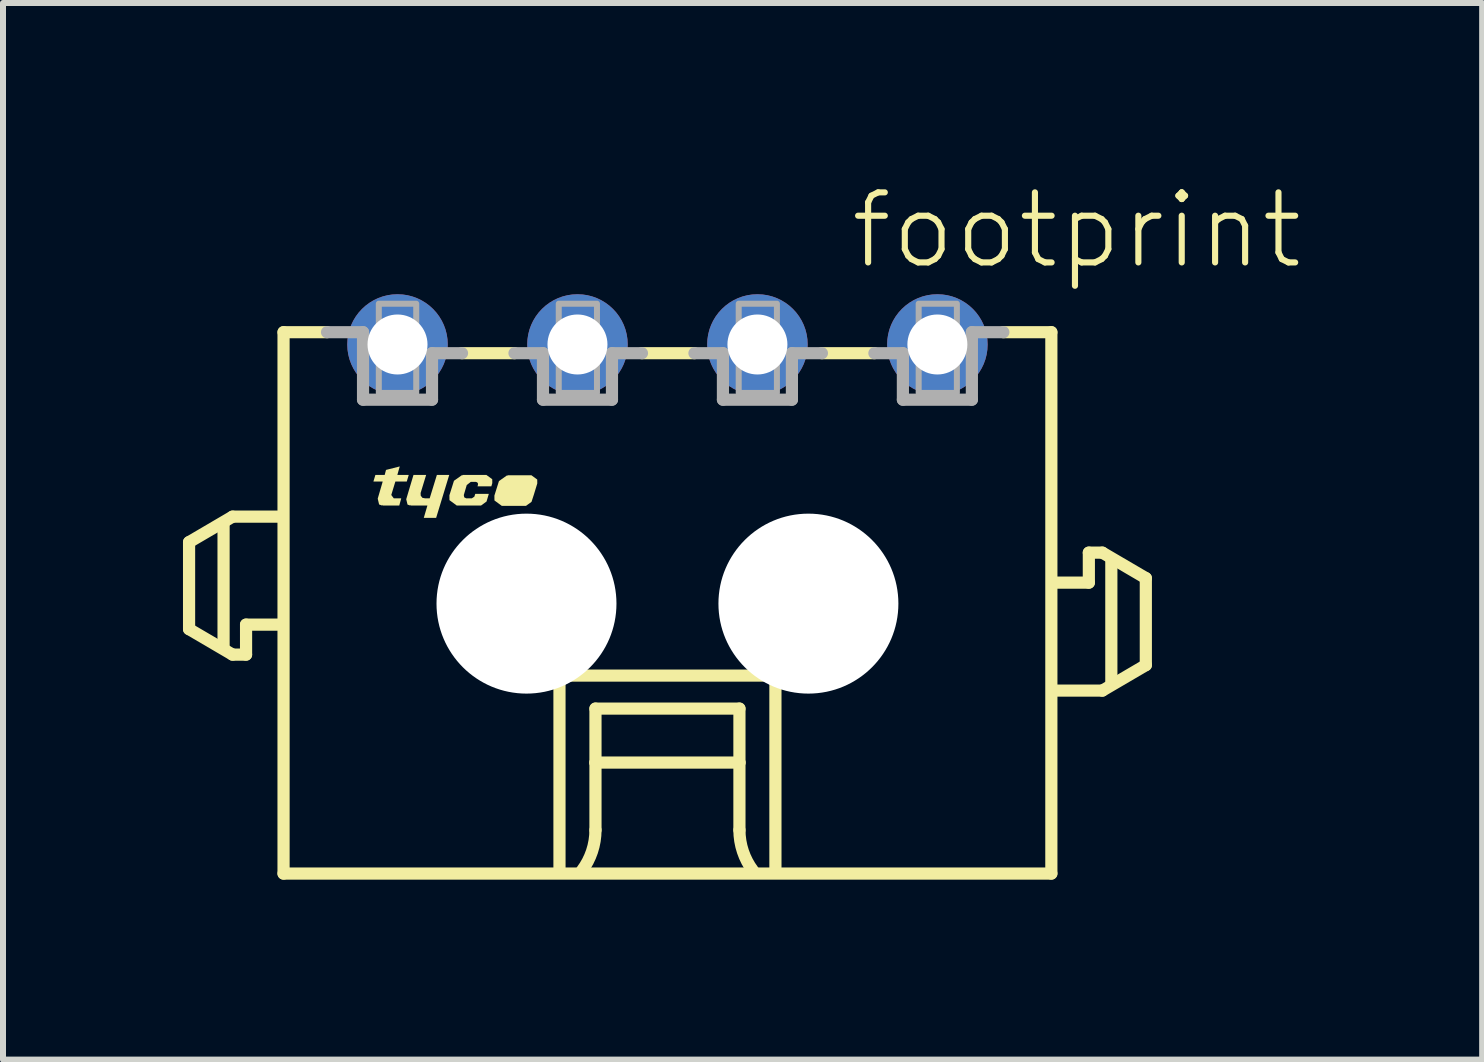
<source format=kicad_pcb>
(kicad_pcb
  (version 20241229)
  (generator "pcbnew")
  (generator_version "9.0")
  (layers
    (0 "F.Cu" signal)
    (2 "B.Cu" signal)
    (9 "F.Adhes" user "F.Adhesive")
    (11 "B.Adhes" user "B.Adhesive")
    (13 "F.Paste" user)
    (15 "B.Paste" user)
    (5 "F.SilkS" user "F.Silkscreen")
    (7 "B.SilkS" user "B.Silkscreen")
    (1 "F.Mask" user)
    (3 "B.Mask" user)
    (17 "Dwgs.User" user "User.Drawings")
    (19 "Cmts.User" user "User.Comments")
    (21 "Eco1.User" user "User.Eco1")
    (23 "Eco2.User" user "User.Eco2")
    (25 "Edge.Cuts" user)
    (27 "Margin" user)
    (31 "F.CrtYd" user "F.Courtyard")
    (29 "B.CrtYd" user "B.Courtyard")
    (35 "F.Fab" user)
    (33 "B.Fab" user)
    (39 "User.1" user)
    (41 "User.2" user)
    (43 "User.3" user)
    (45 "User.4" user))
  (footprint "footprint"
    (layer "F.Cu")
    (at 8.077 7.013)
    (property "Reference" "footprint" (at 3 -5.54 0) (layer "F.SilkS") (effects (font (size 1.168 1.168) (thickness 0.102)) (justify left bottom)))
    (fp_line (start -7.975 -1.025) (end -7.975 0.425) (stroke (width 0.203) (type solid)) (layer "F.SilkS"))
    (fp_line (start -7.975 0.425) (end -7.25 0.85) (stroke (width 0.203) (type solid)) (layer "F.SilkS"))
    (fp_line (start -7.4 0.7) (end -7.4 -1.3) (stroke (width 0.203) (type solid)) (layer "F.SilkS"))
    (fp_line (start -7.25 -1.45) (end -7.975 -1.025) (stroke (width 0.203) (type solid)) (layer "F.SilkS"))
    (fp_line (start -7.25 0.85) (end -7.025 0.85) (stroke (width 0.203) (type solid)) (layer "F.SilkS"))
    (fp_line (start -7.025 0.35) (end -6.5 0.35) (stroke (width 0.203) (type solid)) (layer "F.SilkS"))
    (fp_line (start -7.025 0.85) (end -7.025 0.35) (stroke (width 0.203) (type solid)) (layer "F.SilkS"))
    (fp_line (start -6.5 -1.45) (end -7.25 -1.45) (stroke (width 0.203) (type solid)) (layer "F.SilkS"))
    (fp_line (start -6.4 -4.525) (end -6.4 4.5) (stroke (width 0.203) (type solid)) (layer "F.SilkS"))
    (fp_line (start -6.4 -4.525) (end -5.675 -4.525) (stroke (width 0.203) (type solid)) (layer "F.SilkS"))
    (fp_line (start -6.4 4.5) (end 6.4 4.5) (stroke (width 0.203) (type solid)) (layer "F.SilkS"))
    (fp_line (start -2.55 -4.175) (end -3.425 -4.175) (stroke (width 0.203) (type solid)) (layer "F.SilkS"))
    (fp_line (start -1.8 1.2) (end 1.8 1.2) (stroke (width 0.203) (type solid)) (layer "F.SilkS"))
    (fp_line (start -1.8 4.4) (end -1.8 1.2) (stroke (width 0.203) (type solid)) (layer "F.SilkS"))
    (fp_line (start -1.2 1.75) (end -1.2 2.65) (stroke (width 0.203) (type solid)) (layer "F.SilkS"))
    (fp_line (start -1.2 2.65) (end -1.2 3.775) (stroke (width 0.203) (type solid)) (layer "F.SilkS"))
    (fp_line (start -1.2 2.65) (end 1.2 2.65) (stroke (width 0.203) (type solid)) (layer "F.SilkS"))
    (fp_line (start 0.45 -4.175) (end -0.425 -4.175) (stroke (width 0.203) (type solid)) (layer "F.SilkS"))
    (fp_line (start 1.2 1.75) (end -1.2 1.75) (stroke (width 0.203) (type solid)) (layer "F.SilkS"))
    (fp_line (start 1.2 2.65) (end 1.2 1.75) (stroke (width 0.203) (type solid)) (layer "F.SilkS"))
    (fp_line (start 1.2 2.65) (end 1.2 3.775) (stroke (width 0.203) (type solid)) (layer "F.SilkS"))
    (fp_line (start 1.8 1.2) (end 1.8 4.4) (stroke (width 0.203) (type solid)) (layer "F.SilkS"))
    (fp_line (start 3.45 -4.175) (end 2.575 -4.175) (stroke (width 0.203) (type solid)) (layer "F.SilkS"))
    (fp_line (start 6.4 -4.525) (end 5.6 -4.525) (stroke (width 0.203) (type solid)) (layer "F.SilkS"))
    (fp_line (start 6.4 4.5) (end 6.4 -4.525) (stroke (width 0.203) (type solid)) (layer "F.SilkS"))
    (fp_line (start 6.5 1.45) (end 7.25 1.45) (stroke (width 0.203) (type solid)) (layer "F.SilkS"))
    (fp_line (start 7.025 -0.85) (end 7.025 -0.35) (stroke (width 0.203) (type solid)) (layer "F.SilkS"))
    (fp_line (start 7.025 -0.35) (end 6.5 -0.35) (stroke (width 0.203) (type solid)) (layer "F.SilkS"))
    (fp_line (start 7.25 -0.85) (end 7.025 -0.85) (stroke (width 0.203) (type solid)) (layer "F.SilkS"))
    (fp_line (start 7.25 1.45) (end 7.975 1.025) (stroke (width 0.203) (type solid)) (layer "F.SilkS"))
    (fp_line (start 7.4 1.3) (end 7.4 -0.7) (stroke (width 0.203) (type solid)) (layer "F.SilkS"))
    (fp_line (start 7.975 -0.425) (end 7.25 -0.85) (stroke (width 0.203) (type solid)) (layer "F.SilkS"))
    (fp_line (start 7.975 1.025) (end 7.975 -0.425) (stroke (width 0.203) (type solid)) (layer "F.SilkS"))
    (fp_arc (start -1.2 3.775) (mid -1.257731 4.130756) (end -1.425 4.449999) (stroke (width 0.2032) (type solid)) (layer "F.SilkS"))
    (fp_arc (start 1.425 4.449999) (mid 1.257732 4.130756) (end 1.2 3.775) (stroke (width 0.2032) (type solid)) (layer "F.SilkS"))
    (fp_poly (pts (xy -4.115 -1.844) (xy -4.113 -1.799) (xy -4.085 -1.764) (xy -4.039 -1.755) (xy -3.964 -1.755) (xy -3.844 -2.145) (xy -3.638 -2.145) (xy -3.856 -1.43) (xy -4.062 -1.43) (xy -4.002 -1.635) (xy -4.28 -1.635) (xy -4.28 -1.645) (xy -4.285 -1.645) (xy -4.285 -1.64) (xy -4.287 -1.635) (xy -4.333 -1.651) (xy -4.355 -1.74) (xy -4.234 -2.145) (xy -4.023 -2.145)) (stroke (width 0) (type solid)) (fill yes) (layer "F.SilkS"))
    (fp_poly (pts (xy -4.503 -2.145) (xy -4.313 -2.145) (xy -4.346 -2.035) (xy -4.536 -2.035) (xy -4.604 -1.811) (xy -4.562 -1.755) (xy -4.438 -1.755) (xy -4.471 -1.635) (xy -4.75 -1.635) (xy -4.75 -1.645) (xy -4.755 -1.645) (xy -4.755 -1.64) (xy -4.757 -1.635) (xy -4.807 -1.653) (xy -4.83 -1.75) (xy -4.747 -2.035) (xy -4.902 -2.035) (xy -4.869 -2.145) (xy -4.714 -2.145) (xy -4.692 -2.229) (xy -4.463 -2.287)) (stroke (width 0) (type solid)) (fill yes) (layer "F.SilkS"))
    (fp_poly (pts (xy -2.171 -2.069) (xy -2.17 -2.005) (xy -2.17 -2.004) (xy -2.223 -1.83) (xy -2.223 -1.83) (xy -2.225 -1.823) (xy -2.226 -1.82) (xy -2.226 -1.82) (xy -2.266 -1.697) (xy -2.358 -1.63) (xy -2.762 -1.63) (xy -2.884 -1.72) (xy -2.885 -1.8) (xy -2.885 -1.801) (xy -2.809 -2.043) (xy -2.673 -2.139) (xy -2.67 -2.135) (xy -2.67 -2.13) (xy -2.665 -2.13) (xy -2.665 -2.14) (xy -2.268 -2.14)) (stroke (width 0) (type solid)) (fill yes) (layer "F.SilkS"))
    (fp_poly (pts (xy -2.921 -2.074) (xy -2.92 -2.01) (xy -2.92 -2.009) (xy -2.936 -1.955) (xy -3.167 -1.955) (xy -3.16 -1.976) (xy -3.158 -2.001) (xy -3.172 -2.022) (xy -3.196 -2.03) (xy -3.278 -2.03) (xy -3.346 -1.977) (xy -3.395 -1.81) (xy -3.388 -1.772) (xy -3.354 -1.755) (xy -3.262 -1.755) (xy -3.219 -1.783) (xy -3.204 -1.83) (xy -2.978 -1.83) (xy -3.016 -1.702) (xy -3.108 -1.635) (xy -3.512 -1.635) (xy -3.634 -1.725) (xy -3.635 -1.805) (xy -3.635 -1.806) (xy -3.559 -2.048) (xy -3.423 -2.144) (xy -3.42 -2.14) (xy -3.42 -2.135) (xy -3.415 -2.135) (xy -3.415 -2.145) (xy -3.018 -2.145)) (stroke (width 0) (type solid)) (fill yes) (layer "F.SilkS"))
    (fp_line (start -5.075 -4.525) (end -5.675 -4.525) (stroke (width 0.203) (type solid)) (layer "F.Fab"))
    (fp_line (start -5.075 -3.4) (end -5.075 -4.525) (stroke (width 0.203) (type solid)) (layer "F.Fab"))
    (fp_line (start -3.925 -4.175) (end -3.925 -3.4) (stroke (width 0.203) (type solid)) (layer "F.Fab"))
    (fp_line (start -3.925 -3.4) (end -5.075 -3.4) (stroke (width 0.203) (type solid)) (layer "F.Fab"))
    (fp_line (start -3.425 -4.175) (end -3.925 -4.175) (stroke (width 0.203) (type solid)) (layer "F.Fab"))
    (fp_line (start -2.075 -4.175) (end -2.55 -4.175) (stroke (width 0.203) (type solid)) (layer "F.Fab"))
    (fp_line (start -2.075 -3.4) (end -2.075 -4.175) (stroke (width 0.203) (type solid)) (layer "F.Fab"))
    (fp_line (start -0.925 -4.175) (end -0.925 -3.4) (stroke (width 0.203) (type solid)) (layer "F.Fab"))
    (fp_line (start -0.925 -3.4) (end -2.075 -3.4) (stroke (width 0.203) (type solid)) (layer "F.Fab"))
    (fp_line (start -0.425 -4.175) (end -0.925 -4.175) (stroke (width 0.203) (type solid)) (layer "F.Fab"))
    (fp_line (start 0.925 -4.175) (end 0.45 -4.175) (stroke (width 0.203) (type solid)) (layer "F.Fab"))
    (fp_line (start 0.925 -3.4) (end 0.925 -4.175) (stroke (width 0.203) (type solid)) (layer "F.Fab"))
    (fp_line (start 2.075 -4.175) (end 2.075 -3.4) (stroke (width 0.203) (type solid)) (layer "F.Fab"))
    (fp_line (start 2.075 -3.4) (end 0.925 -3.4) (stroke (width 0.203) (type solid)) (layer "F.Fab"))
    (fp_line (start 2.575 -4.175) (end 2.075 -4.175) (stroke (width 0.203) (type solid)) (layer "F.Fab"))
    (fp_line (start 3.925 -4.175) (end 3.45 -4.175) (stroke (width 0.203) (type solid)) (layer "F.Fab"))
    (fp_line (start 3.925 -3.4) (end 3.925 -4.175) (stroke (width 0.203) (type solid)) (layer "F.Fab"))
    (fp_line (start 5.075 -4.525) (end 5.075 -3.4) (stroke (width 0.203) (type solid)) (layer "F.Fab"))
    (fp_line (start 5.075 -3.4) (end 3.925 -3.4) (stroke (width 0.203) (type solid)) (layer "F.Fab"))
    (fp_line (start 5.6 -4.525) (end 5.075 -4.525) (stroke (width 0.203) (type solid)) (layer "F.Fab"))
    (fp_poly (pts (xy -4.812 -3.513) (xy -4.188 -3.513) (xy -4.188 -5) (xy -4.812 -5)) (stroke (width 0.1) (type solid)) (fill no) (layer "F.Fab"))
    (fp_poly (pts (xy -1.812 -3.513) (xy -1.175 -3.513) (xy -1.175 -5) (xy -1.812 -5)) (stroke (width 0.1) (type solid)) (fill no) (layer "F.Fab"))
    (fp_poly (pts (xy 1.188 -3.513) (xy 1.825 -3.513) (xy 1.825 -5) (xy 1.188 -5)) (stroke (width 0.1) (type solid)) (fill no) (layer "F.Fab"))
    (fp_poly (pts (xy 4.188 -3.513) (xy 4.825 -3.513) (xy 4.825 -5) (xy 4.188 -5)) (stroke (width 0.1) (type solid)) (fill no) (layer "F.Fab"))
    (pad "" np_thru_hole circle (at -2.35 0) (size 3 3) (drill 3) (layers "*.Cu" "*.Mask"))
    (pad "" np_thru_hole circle (at 2.35 0) (size 3 3) (drill 3) (layers "*.Cu" "*.Mask"))
    (pad "1" thru_hole circle (at 4.5 -4.32) (size 1.676 1.676) (drill 1) (layers "*.Cu" "*.Mask"))
    (pad "2" thru_hole circle (at 1.5 -4.32) (size 1.676 1.676) (drill 1) (layers "*.Cu" "*.Mask"))
    (pad "3" thru_hole circle (at -1.5 -4.32) (size 1.676 1.676) (drill 1) (layers "*.Cu" "*.Mask"))
    (pad "4" thru_hole circle (at -4.5 -4.32) (size 1.676 1.676) (drill 1) (layers "*.Cu" "*.Mask")))
  (gr_rect
    (start -3 -3)
    (end 21.659 14.615)
    (stroke (width 0.1) (type default))
    (fill no)
    (layer "Edge.Cuts")))
</source>
